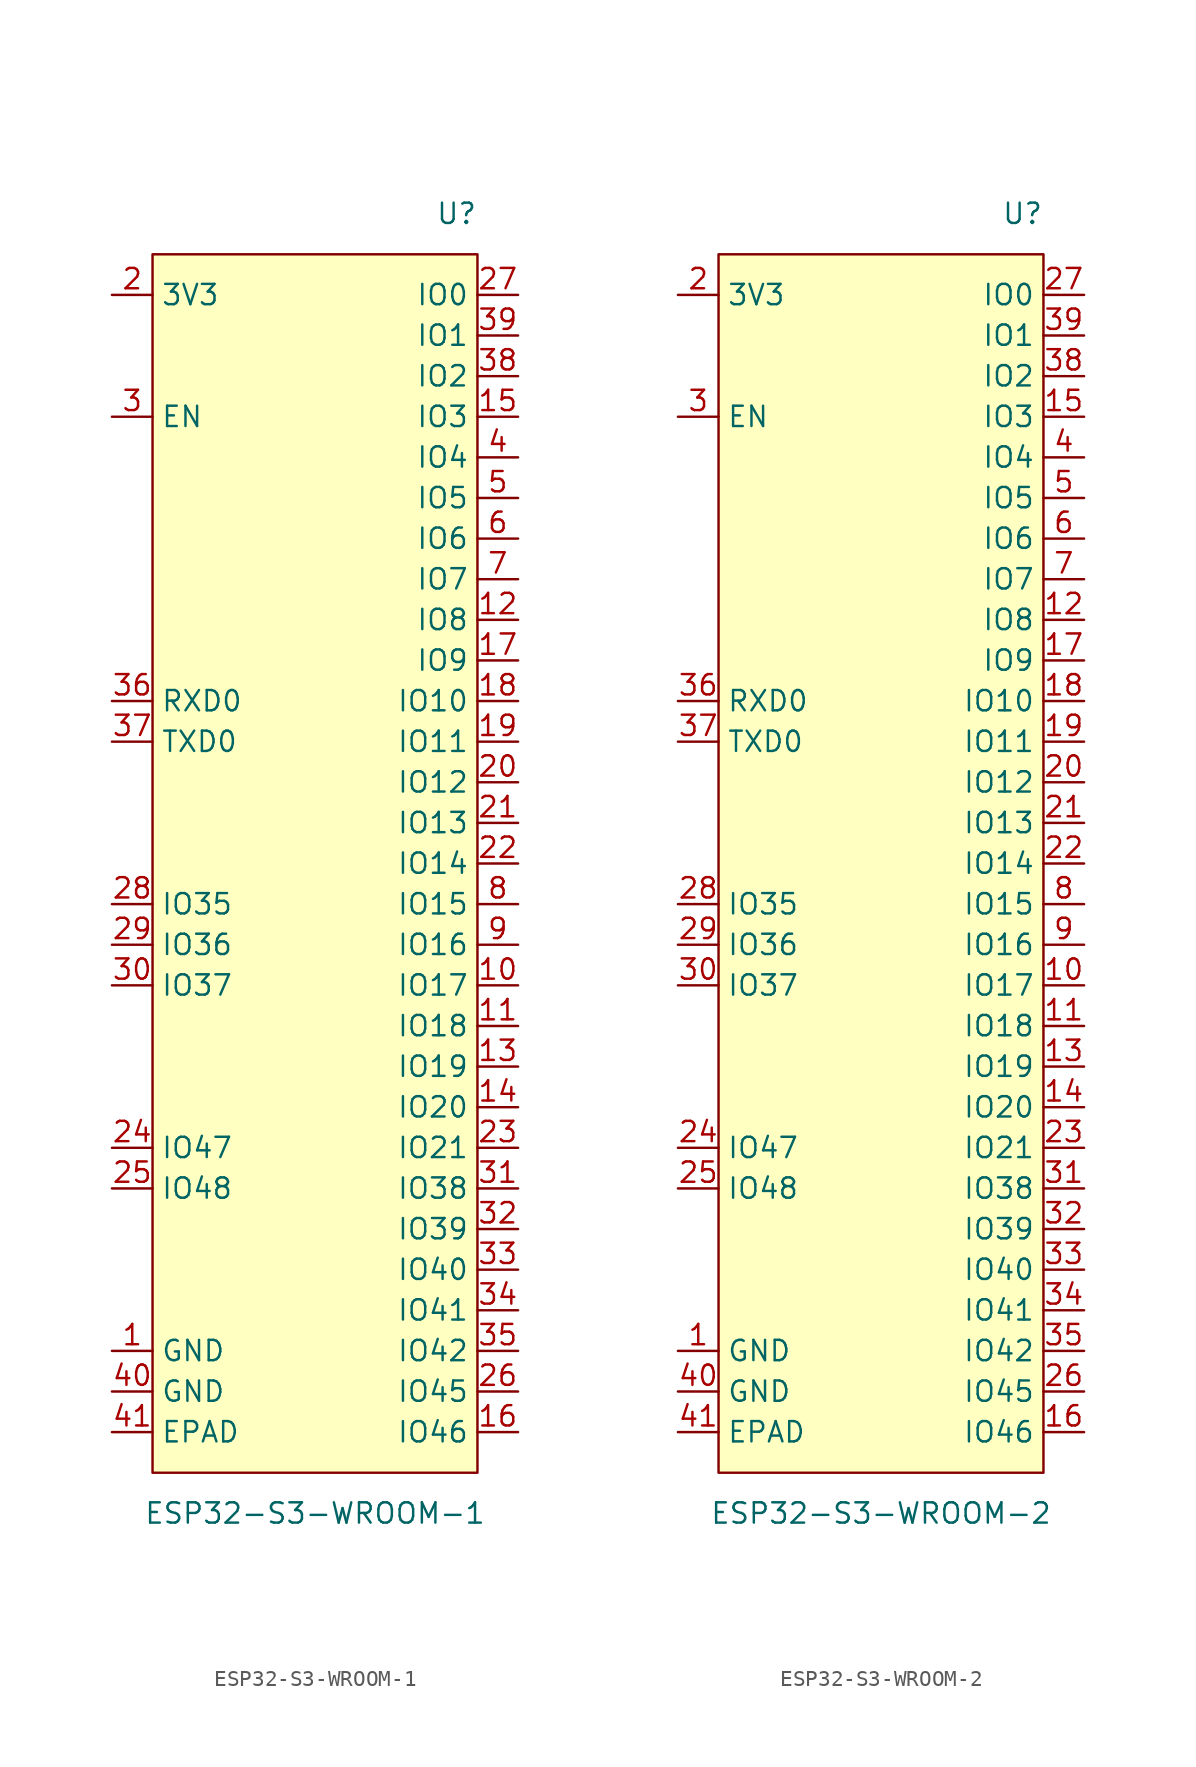
<source format=kicad_sym>
(kicad_symbol_lib
  (version 20231120)
  (generator "kicad_symbol_editor")
  (generator_version "8.0")
  (symbol "ESP32-S3-WROOM-1"
    (property "Reference" "U"
      (at 10.16 40.64 0)
      (effects (font (size 1.27 1.27)) (justify right)))
    (property "Value" "ESP32-S3-WROOM-1"
      (at 0 -40.64 0)
      (effects (font (size 1.27 1.27))))
    (symbol "ESP32-S3-WROOM-1_0_0"
      (pin power_in line (at -12.7 -30.48 0) (length 2.54) (name "GND" (effects (font (size 1.27 1.27)))) (number "1" (effects (font (size 1.27 1.27)))))
      (pin bidirectional line (at 12.7 -7.62 180) (length 2.54) (name "IO17" (effects (font (size 1.27 1.27)))) (number "10" (effects (font (size 1.27 1.27)))))
      (pin bidirectional line (at 12.7 -10.16 180) (length 2.54) (name "IO18" (effects (font (size 1.27 1.27)))) (number "11" (effects (font (size 1.27 1.27)))))
      (pin bidirectional line (at 12.7 15.24 180) (length 2.54) (name "IO8" (effects (font (size 1.27 1.27)))) (number "12" (effects (font (size 1.27 1.27)))))
      (pin bidirectional line (at 12.7 -12.7 180) (length 2.54) (name "IO19" (effects (font (size 1.27 1.27)))) (number "13" (effects (font (size 1.27 1.27)))))
      (pin bidirectional line (at 12.7 -15.24 180) (length 2.54) (name "IO20" (effects (font (size 1.27 1.27)))) (number "14" (effects (font (size 1.27 1.27)))))
      (pin bidirectional line (at 12.7 27.94 180) (length 2.54) (name "IO3" (effects (font (size 1.27 1.27)))) (number "15" (effects (font (size 1.27 1.27)))))
      (pin bidirectional line (at 12.7 -35.56 180) (length 2.54) (name "IO46" (effects (font (size 1.27 1.27)))) (number "16" (effects (font (size 1.27 1.27)))))
      (pin bidirectional line (at 12.7 12.7 180) (length 2.54) (name "IO9" (effects (font (size 1.27 1.27)))) (number "17" (effects (font (size 1.27 1.27)))))
      (pin bidirectional line (at 12.7 10.16 180) (length 2.54) (name "IO10" (effects (font (size 1.27 1.27)))) (number "18" (effects (font (size 1.27 1.27)))))
      (pin bidirectional line (at 12.7 7.62 180) (length 2.54) (name "IO11" (effects (font (size 1.27 1.27)))) (number "19" (effects (font (size 1.27 1.27)))))
      (pin power_in line (at -12.7 35.56 0) (length 2.54) (name "3V3" (effects (font (size 1.27 1.27)))) (number "2" (effects (font (size 1.27 1.27)))))
      (pin bidirectional line (at 12.7 5.08 180) (length 2.54) (name "IO12" (effects (font (size 1.27 1.27)))) (number "20" (effects (font (size 1.27 1.27)))))
      (pin bidirectional line (at 12.7 2.54 180) (length 2.54) (name "IO13" (effects (font (size 1.27 1.27)))) (number "21" (effects (font (size 1.27 1.27)))))
      (pin bidirectional line (at 12.7 0 180) (length 2.54) (name "IO14" (effects (font (size 1.27 1.27)))) (number "22" (effects (font (size 1.27 1.27)))))
      (pin bidirectional line (at 12.7 -17.78 180) (length 2.54) (name "IO21" (effects (font (size 1.27 1.27)))) (number "23" (effects (font (size 1.27 1.27)))))
      (pin bidirectional line (at -12.7 -17.78 0) (length 2.54) (name "IO47" (effects (font (size 1.27 1.27)))) (number "24" (effects (font (size 1.27 1.27)))))
      (pin bidirectional line (at -12.7 -20.32 0) (length 2.54) (name "IO48" (effects (font (size 1.27 1.27)))) (number "25" (effects (font (size 1.27 1.27)))))
      (pin bidirectional line (at 12.7 -33.02 180) (length 2.54) (name "IO45" (effects (font (size 1.27 1.27)))) (number "26" (effects (font (size 1.27 1.27)))))
      (pin bidirectional line (at 12.7 35.56 180) (length 2.54) (name "IO0" (effects (font (size 1.27 1.27)))) (number "27" (effects (font (size 1.27 1.27)))))
      (pin bidirectional line (at -12.7 -2.54 0) (length 2.54) (name "IO35" (effects (font (size 1.27 1.27)))) (number "28" (effects (font (size 1.27 1.27)))))
      (pin bidirectional line (at -12.7 -5.08 0) (length 2.54) (name "IO36" (effects (font (size 1.27 1.27)))) (number "29" (effects (font (size 1.27 1.27)))))
      (pin input line (at -12.7 27.94 0) (length 2.54) (name "EN" (effects (font (size 1.27 1.27)))) (number "3" (effects (font (size 1.27 1.27)))))
      (pin bidirectional line (at -12.7 -7.62 0) (length 2.54) (name "IO37" (effects (font (size 1.27 1.27)))) (number "30" (effects (font (size 1.27 1.27)))))
      (pin bidirectional line (at 12.7 -20.32 180) (length 2.54) (name "IO38" (effects (font (size 1.27 1.27)))) (number "31" (effects (font (size 1.27 1.27)))))
      (pin bidirectional line (at 12.7 -22.86 180) (length 2.54) (name "IO39" (effects (font (size 1.27 1.27)))) (number "32" (effects (font (size 1.27 1.27)))))
      (pin bidirectional line (at 12.7 -25.4 180) (length 2.54) (name "IO40" (effects (font (size 1.27 1.27)))) (number "33" (effects (font (size 1.27 1.27)))))
      (pin bidirectional line (at 12.7 -27.94 180) (length 2.54) (name "IO41" (effects (font (size 1.27 1.27)))) (number "34" (effects (font (size 1.27 1.27)))))
      (pin bidirectional line (at 12.7 -30.48 180) (length 2.54) (name "IO42" (effects (font (size 1.27 1.27)))) (number "35" (effects (font (size 1.27 1.27)))))
      (pin bidirectional line (at -12.7 10.16 0) (length 2.54) (name "RXD0" (effects (font (size 1.27 1.27)))) (number "36" (effects (font (size 1.27 1.27)))))
      (pin bidirectional line (at -12.7 7.62 0) (length 2.54) (name "TXD0" (effects (font (size 1.27 1.27)))) (number "37" (effects (font (size 1.27 1.27)))))
      (pin bidirectional line (at 12.7 30.48 180) (length 2.54) (name "IO2" (effects (font (size 1.27 1.27)))) (number "38" (effects (font (size 1.27 1.27)))))
      (pin bidirectional line (at 12.7 33.02 180) (length 2.54) (name "IO1" (effects (font (size 1.27 1.27)))) (number "39" (effects (font (size 1.27 1.27)))))
      (pin bidirectional line (at 12.7 25.4 180) (length 2.54) (name "IO4" (effects (font (size 1.27 1.27)))) (number "4" (effects (font (size 1.27 1.27)))))
      (pin power_in line (at -12.7 -33.02 0) (length 2.54) (name "GND" (effects (font (size 1.27 1.27)))) (number "40" (effects (font (size 1.27 1.27)))))
      (pin power_in line (at -12.7 -35.56 0) (length 2.54) (name "EPAD" (effects (font (size 1.27 1.27)))) (number "41" (effects (font (size 1.27 1.27)))))
      (pin bidirectional line (at 12.7 22.86 180) (length 2.54) (name "IO5" (effects (font (size 1.27 1.27)))) (number "5" (effects (font (size 1.27 1.27)))))
      (pin bidirectional line (at 12.7 20.32 180) (length 2.54) (name "IO6" (effects (font (size 1.27 1.27)))) (number "6" (effects (font (size 1.27 1.27)))))
      (pin bidirectional line (at 12.7 17.78 180) (length 2.54) (name "IO7" (effects (font (size 1.27 1.27)))) (number "7" (effects (font (size 1.27 1.27)))))
      (pin bidirectional line (at 12.7 -2.54 180) (length 2.54) (name "IO15" (effects (font (size 1.27 1.27)))) (number "8" (effects (font (size 1.27 1.27)))))
      (pin bidirectional line (at 12.7 -5.08 180) (length 2.54) (name "IO16" (effects (font (size 1.27 1.27)))) (number "9" (effects (font (size 1.27 1.27))))))
    (symbol "ESP32-S3-WROOM-1_1_1"
      (rectangle (start -10.16 38.1) (end 10.16 -38.1) (stroke (width 0) (type default)) (fill (type background)))))
  (symbol "ESP32-S3-WROOM-2"
    (property "Reference" "U"
      (at 10.16 40.64 0)
      (effects (font (size 1.27 1.27)) (justify right)))
    (property "Value" "ESP32-S3-WROOM-2"
      (at 0 -40.64 0)
      (effects (font (size 1.27 1.27))))
    (symbol "ESP32-S3-WROOM-2_0_0"
      (pin power_in line (at -12.7 -30.48 0) (length 2.54) (name "GND" (effects (font (size 1.27 1.27)))) (number "1" (effects (font (size 1.27 1.27)))))
      (pin bidirectional line (at 12.7 -7.62 180) (length 2.54) (name "IO17" (effects (font (size 1.27 1.27)))) (number "10" (effects (font (size 1.27 1.27)))))
      (pin bidirectional line (at 12.7 -10.16 180) (length 2.54) (name "IO18" (effects (font (size 1.27 1.27)))) (number "11" (effects (font (size 1.27 1.27)))))
      (pin bidirectional line (at 12.7 15.24 180) (length 2.54) (name "IO8" (effects (font (size 1.27 1.27)))) (number "12" (effects (font (size 1.27 1.27)))))
      (pin bidirectional line (at 12.7 -12.7 180) (length 2.54) (name "IO19" (effects (font (size 1.27 1.27)))) (number "13" (effects (font (size 1.27 1.27)))))
      (pin bidirectional line (at 12.7 -15.24 180) (length 2.54) (name "IO20" (effects (font (size 1.27 1.27)))) (number "14" (effects (font (size 1.27 1.27)))))
      (pin bidirectional line (at 12.7 27.94 180) (length 2.54) (name "IO3" (effects (font (size 1.27 1.27)))) (number "15" (effects (font (size 1.27 1.27)))))
      (pin bidirectional line (at 12.7 -35.56 180) (length 2.54) (name "IO46" (effects (font (size 1.27 1.27)))) (number "16" (effects (font (size 1.27 1.27)))))
      (pin bidirectional line (at 12.7 12.7 180) (length 2.54) (name "IO9" (effects (font (size 1.27 1.27)))) (number "17" (effects (font (size 1.27 1.27)))))
      (pin bidirectional line (at 12.7 10.16 180) (length 2.54) (name "IO10" (effects (font (size 1.27 1.27)))) (number "18" (effects (font (size 1.27 1.27)))))
      (pin bidirectional line (at 12.7 7.62 180) (length 2.54) (name "IO11" (effects (font (size 1.27 1.27)))) (number "19" (effects (font (size 1.27 1.27)))))
      (pin power_in line (at -12.7 35.56 0) (length 2.54) (name "3V3" (effects (font (size 1.27 1.27)))) (number "2" (effects (font (size 1.27 1.27)))))
      (pin bidirectional line (at 12.7 5.08 180) (length 2.54) (name "IO12" (effects (font (size 1.27 1.27)))) (number "20" (effects (font (size 1.27 1.27)))))
      (pin bidirectional line (at 12.7 2.54 180) (length 2.54) (name "IO13" (effects (font (size 1.27 1.27)))) (number "21" (effects (font (size 1.27 1.27)))))
      (pin bidirectional line (at 12.7 0 180) (length 2.54) (name "IO14" (effects (font (size 1.27 1.27)))) (number "22" (effects (font (size 1.27 1.27)))))
      (pin bidirectional line (at 12.7 -17.78 180) (length 2.54) (name "IO21" (effects (font (size 1.27 1.27)))) (number "23" (effects (font (size 1.27 1.27)))))
      (pin bidirectional line (at -12.7 -17.78 0) (length 2.54) (name "IO47" (effects (font (size 1.27 1.27)))) (number "24" (effects (font (size 1.27 1.27)))))
      (pin bidirectional line (at -12.7 -20.32 0) (length 2.54) (name "IO48" (effects (font (size 1.27 1.27)))) (number "25" (effects (font (size 1.27 1.27)))))
      (pin bidirectional line (at 12.7 -33.02 180) (length 2.54) (name "IO45" (effects (font (size 1.27 1.27)))) (number "26" (effects (font (size 1.27 1.27)))))
      (pin bidirectional line (at 12.7 35.56 180) (length 2.54) (name "IO0" (effects (font (size 1.27 1.27)))) (number "27" (effects (font (size 1.27 1.27)))))
      (pin bidirectional line (at -12.7 -2.54 0) (length 2.54) (name "IO35" (effects (font (size 1.27 1.27)))) (number "28" (effects (font (size 1.27 1.27)))))
      (pin bidirectional line (at -12.7 -5.08 0) (length 2.54) (name "IO36" (effects (font (size 1.27 1.27)))) (number "29" (effects (font (size 1.27 1.27)))))
      (pin input line (at -12.7 27.94 0) (length 2.54) (name "EN" (effects (font (size 1.27 1.27)))) (number "3" (effects (font (size 1.27 1.27)))))
      (pin bidirectional line (at -12.7 -7.62 0) (length 2.54) (name "IO37" (effects (font (size 1.27 1.27)))) (number "30" (effects (font (size 1.27 1.27)))))
      (pin bidirectional line (at 12.7 -20.32 180) (length 2.54) (name "IO38" (effects (font (size 1.27 1.27)))) (number "31" (effects (font (size 1.27 1.27)))))
      (pin bidirectional line (at 12.7 -22.86 180) (length 2.54) (name "IO39" (effects (font (size 1.27 1.27)))) (number "32" (effects (font (size 1.27 1.27)))))
      (pin bidirectional line (at 12.7 -25.4 180) (length 2.54) (name "IO40" (effects (font (size 1.27 1.27)))) (number "33" (effects (font (size 1.27 1.27)))))
      (pin bidirectional line (at 12.7 -27.94 180) (length 2.54) (name "IO41" (effects (font (size 1.27 1.27)))) (number "34" (effects (font (size 1.27 1.27)))))
      (pin bidirectional line (at 12.7 -30.48 180) (length 2.54) (name "IO42" (effects (font (size 1.27 1.27)))) (number "35" (effects (font (size 1.27 1.27)))))
      (pin bidirectional line (at -12.7 10.16 0) (length 2.54) (name "RXD0" (effects (font (size 1.27 1.27)))) (number "36" (effects (font (size 1.27 1.27)))))
      (pin bidirectional line (at -12.7 7.62 0) (length 2.54) (name "TXD0" (effects (font (size 1.27 1.27)))) (number "37" (effects (font (size 1.27 1.27)))))
      (pin bidirectional line (at 12.7 30.48 180) (length 2.54) (name "IO2" (effects (font (size 1.27 1.27)))) (number "38" (effects (font (size 1.27 1.27)))))
      (pin bidirectional line (at 12.7 33.02 180) (length 2.54) (name "IO1" (effects (font (size 1.27 1.27)))) (number "39" (effects (font (size 1.27 1.27)))))
      (pin bidirectional line (at 12.7 25.4 180) (length 2.54) (name "IO4" (effects (font (size 1.27 1.27)))) (number "4" (effects (font (size 1.27 1.27)))))
      (pin power_in line (at -12.7 -33.02 0) (length 2.54) (name "GND" (effects (font (size 1.27 1.27)))) (number "40" (effects (font (size 1.27 1.27)))))
      (pin power_in line (at -12.7 -35.56 0) (length 2.54) (name "EPAD" (effects (font (size 1.27 1.27)))) (number "41" (effects (font (size 1.27 1.27)))))
      (pin bidirectional line (at 12.7 22.86 180) (length 2.54) (name "IO5" (effects (font (size 1.27 1.27)))) (number "5" (effects (font (size 1.27 1.27)))))
      (pin bidirectional line (at 12.7 20.32 180) (length 2.54) (name "IO6" (effects (font (size 1.27 1.27)))) (number "6" (effects (font (size 1.27 1.27)))))
      (pin bidirectional line (at 12.7 17.78 180) (length 2.54) (name "IO7" (effects (font (size 1.27 1.27)))) (number "7" (effects (font (size 1.27 1.27)))))
      (pin bidirectional line (at 12.7 -2.54 180) (length 2.54) (name "IO15" (effects (font (size 1.27 1.27)))) (number "8" (effects (font (size 1.27 1.27)))))
      (pin bidirectional line (at 12.7 -5.08 180) (length 2.54) (name "IO16" (effects (font (size 1.27 1.27)))) (number "9" (effects (font (size 1.27 1.27))))))
    (symbol "ESP32-S3-WROOM-2_1_1"
      (rectangle (start -10.16 38.1) (end 10.16 -38.1) (stroke (width 0) (type default)) (fill (type background))))))
</source>
